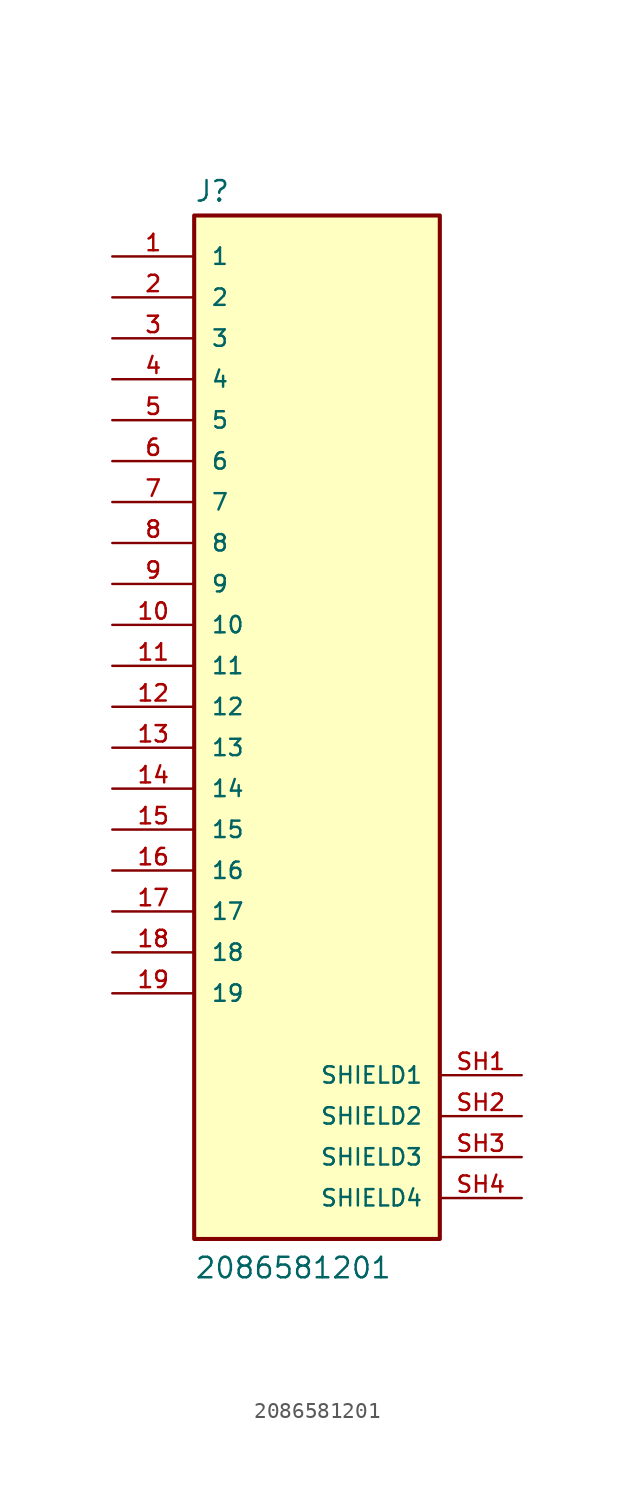
<source format=kicad_sym>
(kicad_symbol_lib
  (version 20211014)
  (generator kicad_symbol_editor)
  (symbol "2086581201"
    (pin_names
      (offset 1.016))
    (property "Reference" "J"
      (at -7.62 31.242 0)
      (effects (font (size 1.27 1.27)) (justify bottom left)))
    (property "Value" "2086581201"
      (at -7.62 -35.56 0)
      (effects (font (size 1.27 1.27)) (justify bottom left)))
    (symbol "2086581201_0_0"
      (rectangle (start -7.62 -33.02) (end 7.62 30.48) (stroke (width 0.254)) (fill (type background)))
      (pin passive line (at 12.7 -22.86 180.0) (length 5.08) (name "SHIELD1" (effects (font (size 1.016 1.016)))) (number "SH1" (effects (font (size 1.016 1.016)))))
      (pin passive line (at 12.7 -25.4 180.0) (length 5.08) (name "SHIELD2" (effects (font (size 1.016 1.016)))) (number "SH2" (effects (font (size 1.016 1.016)))))
      (pin passive line (at 12.7 -27.94 180.0) (length 5.08) (name "SHIELD3" (effects (font (size 1.016 1.016)))) (number "SH3" (effects (font (size 1.016 1.016)))))
      (pin passive line (at 12.7 -30.48 180.0) (length 5.08) (name "SHIELD4" (effects (font (size 1.016 1.016)))) (number "SH4" (effects (font (size 1.016 1.016)))))
      (pin bidirectional line (at -12.7 27.94 0) (length 5.08) (name "1" (effects (font (size 1.016 1.016)))) (number "1" (effects (font (size 1.016 1.016)))))
      (pin bidirectional line (at -12.7 25.4 0) (length 5.08) (name "2" (effects (font (size 1.016 1.016)))) (number "2" (effects (font (size 1.016 1.016)))))
      (pin bidirectional line (at -12.7 22.86 0) (length 5.08) (name "3" (effects (font (size 1.016 1.016)))) (number "3" (effects (font (size 1.016 1.016)))))
      (pin bidirectional line (at -12.7 20.32 0) (length 5.08) (name "4" (effects (font (size 1.016 1.016)))) (number "4" (effects (font (size 1.016 1.016)))))
      (pin bidirectional line (at -12.7 17.78 0) (length 5.08) (name "5" (effects (font (size 1.016 1.016)))) (number "5" (effects (font (size 1.016 1.016)))))
      (pin bidirectional line (at -12.7 15.24 0) (length 5.08) (name "6" (effects (font (size 1.016 1.016)))) (number "6" (effects (font (size 1.016 1.016)))))
      (pin bidirectional line (at -12.7 12.7 0) (length 5.08) (name "7" (effects (font (size 1.016 1.016)))) (number "7" (effects (font (size 1.016 1.016)))))
      (pin bidirectional line (at -12.7 10.16 0) (length 5.08) (name "8" (effects (font (size 1.016 1.016)))) (number "8" (effects (font (size 1.016 1.016)))))
      (pin bidirectional line (at -12.7 7.62 0) (length 5.08) (name "9" (effects (font (size 1.016 1.016)))) (number "9" (effects (font (size 1.016 1.016)))))
      (pin bidirectional line (at -12.7 5.08 0) (length 5.08) (name "10" (effects (font (size 1.016 1.016)))) (number "10" (effects (font (size 1.016 1.016)))))
      (pin bidirectional line (at -12.7 2.54 0) (length 5.08) (name "11" (effects (font (size 1.016 1.016)))) (number "11" (effects (font (size 1.016 1.016)))))
      (pin bidirectional line (at -12.7 0.0 0) (length 5.08) (name "12" (effects (font (size 1.016 1.016)))) (number "12" (effects (font (size 1.016 1.016)))))
      (pin bidirectional line (at -12.7 -2.54 0) (length 5.08) (name "13" (effects (font (size 1.016 1.016)))) (number "13" (effects (font (size 1.016 1.016)))))
      (pin bidirectional line (at -12.7 -5.08 0) (length 5.08) (name "14" (effects (font (size 1.016 1.016)))) (number "14" (effects (font (size 1.016 1.016)))))
      (pin bidirectional line (at -12.7 -7.62 0) (length 5.08) (name "15" (effects (font (size 1.016 1.016)))) (number "15" (effects (font (size 1.016 1.016)))))
      (pin bidirectional line (at -12.7 -10.16 0) (length 5.08) (name "16" (effects (font (size 1.016 1.016)))) (number "16" (effects (font (size 1.016 1.016)))))
      (pin bidirectional line (at -12.7 -12.7 0) (length 5.08) (name "17" (effects (font (size 1.016 1.016)))) (number "17" (effects (font (size 1.016 1.016)))))
      (pin bidirectional line (at -12.7 -15.24 0) (length 5.08) (name "18" (effects (font (size 1.016 1.016)))) (number "18" (effects (font (size 1.016 1.016)))))
      (pin bidirectional line (at -12.7 -17.78 0) (length 5.08) (name "19" (effects (font (size 1.016 1.016)))) (number "19" (effects (font (size 1.016 1.016))))))))
</source>
